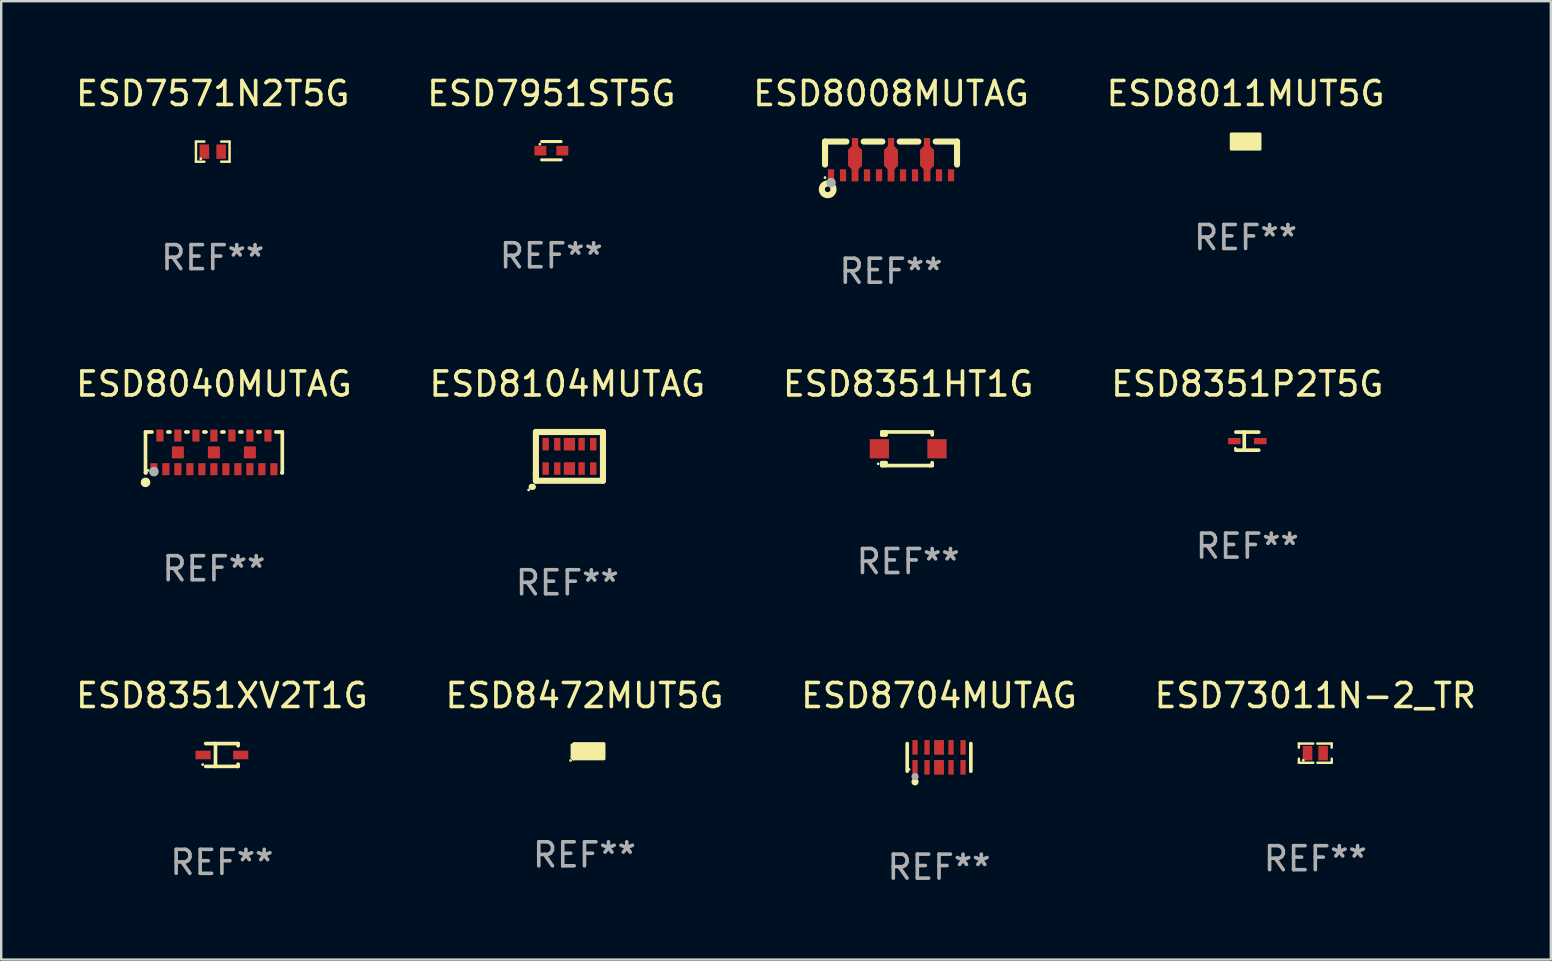
<source format=kicad_pcb>
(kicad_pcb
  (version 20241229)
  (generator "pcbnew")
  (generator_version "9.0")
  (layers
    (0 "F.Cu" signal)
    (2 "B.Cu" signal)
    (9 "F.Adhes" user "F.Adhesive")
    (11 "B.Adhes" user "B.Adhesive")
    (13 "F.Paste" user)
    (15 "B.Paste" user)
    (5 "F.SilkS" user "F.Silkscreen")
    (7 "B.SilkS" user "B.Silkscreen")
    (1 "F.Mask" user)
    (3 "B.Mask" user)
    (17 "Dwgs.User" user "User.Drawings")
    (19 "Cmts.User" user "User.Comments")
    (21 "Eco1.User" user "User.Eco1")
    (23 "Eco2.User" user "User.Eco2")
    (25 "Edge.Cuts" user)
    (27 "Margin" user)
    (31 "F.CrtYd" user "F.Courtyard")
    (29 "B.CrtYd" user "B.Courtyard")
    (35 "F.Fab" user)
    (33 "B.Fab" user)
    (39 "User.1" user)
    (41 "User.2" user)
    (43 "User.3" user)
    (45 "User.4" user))
  (footprint "ESD8104MUTAG"
    (layer "F.Cu")
    (at 20.589 16.093)
    (property "Reference" "ESD8104MUTAG" (at 0 -3.143 0) (layer "F.SilkS") (effects (font (size 1 1) (thickness 0.15))))
    (attr through_hole)
    (fp_line (start -1.436 1.143) (end -1.485 1.143) (stroke (width 0.254) (type solid)) (layer "F.SilkS"))
    (fp_line (start -1.309 -1.143) (end 1.485 -1.143) (stroke (width 0.254) (type solid)) (layer "F.SilkS"))
    (fp_line (start -1.309 0.762) (end -1.309 -1.143) (stroke (width 0.254) (type solid)) (layer "F.SilkS"))
    (fp_line (start -1.309 0.889) (end -1.309 0.508) (stroke (width 0.254) (type solid)) (layer "F.SilkS"))
    (fp_line (start 1.485 -1.143) (end 1.485 0.889) (stroke (width 0.254) (type solid)) (layer "F.SilkS"))
    (fp_line (start 1.485 0.889) (end -1.309 0.889) (stroke (width 0.254) (type solid)) (layer "F.SilkS"))
    (fp_circle (center -1.612 1.27) (end -1.582 1.27) (stroke (width 0.06) (type solid)) (fill no) (layer "F.SilkS"))
    (fp_text user "REF**" (at 0 5.143 0) (layer "F.Fab") (effects (font (size 1 1) (thickness 0.15))))
    (pad "1" smd rect (at -0.902 0.381) (size 0.267 0.521) (layers "F.Cu" "F.Mask" "F.Paste"))
    (pad "2" smd rect (at -0.42 0.381) (size 0.267 0.521) (layers "F.Cu" "F.Mask" "F.Paste"))
    (pad "3" smd rect (at 0.088 0.381) (size 0.47 0.521) (layers "F.Cu" "F.Mask" "F.Paste"))
    (pad "4" smd rect (at 0.596 0.381) (size 0.267 0.521) (layers "F.Cu" "F.Mask" "F.Paste"))
    (pad "5" smd rect (at 1.079 0.381) (size 0.267 0.521) (layers "F.Cu" "F.Mask" "F.Paste"))
    (pad "6" smd rect (at 1.079 -0.635) (size 0.267 0.521) (layers "F.Cu" "F.Mask" "F.Paste"))
    (pad "7" smd rect (at 0.596 -0.635) (size 0.267 0.521) (layers "F.Cu" "F.Mask" "F.Paste"))
    (pad "8" smd rect (at 0.088 -0.635) (size 0.47 0.521) (layers "F.Cu" "F.Mask" "F.Paste"))
    (pad "9" smd rect (at -0.42 -0.635) (size 0.267 0.521) (layers "F.Cu" "F.Mask" "F.Paste"))
    (pad "10" smd rect (at -0.902 -0.635) (size 0.267 0.521) (layers "F.Cu" "F.Mask" "F.Paste")))
  (footprint "ESD8472MUT5G"
    (layer "F.Cu")
    (at 21.304 28.252)
    (property "Reference" "ESD8472MUT5G" (at 0 -2.32 0) (layer "F.SilkS") (effects (font (size 1 1) (thickness 0.15))))
    (attr through_hole)
    (fp_line (start -0.514 -0.249) (end -0.514 0.259) (stroke (width 0.127) (type solid)) (layer "F.SilkS"))
    (fp_line (start -0.514 0.259) (end -0.456 0.32) (stroke (width 0.127) (type solid)) (layer "F.SilkS"))
    (fp_line (start -0.456 0.32) (end -0.415 0.31) (stroke (width 0.127) (type solid)) (layer "F.SilkS"))
    (fp_line (start -0.445 -0.25) (end -0.445 0.24) (stroke (width 0.127) (type solid)) (layer "F.SilkS"))
    (fp_line (start -0.426 -0.32) (end -0.514 -0.249) (stroke (width 0.127) (type solid)) (layer "F.SilkS"))
    (fp_circle (center -0.578 0.384) (end -0.548 0.384) (stroke (width 0.06) (type solid)) (fill no) (layer "F.SilkS"))
    (fp_poly (pts (xy -0.385 -0.318) (xy 0.814 -0.318) (xy 0.814 0.318) (xy -0.385 0.318)) (stroke (width 0.12) (type solid)) (fill yes) (layer "F.SilkS"))
    (fp_text user "REF**" (at 0 4.32 0) (layer "F.Fab") (effects (font (size 1 1) (thickness 0.15))))
    (pad "1" smd rect (at -0.085 0) (size 0.31 0.31) (layers "F.Cu" "F.Mask" "F.Paste"))
    (pad "2" smd rect (at 0.514 0) (size 0.31 0.31) (layers "F.Cu" "F.Mask" "F.Paste")))
  (footprint "ESD7951ST5G"
    (layer "F.Cu")
    (at 19.923 3.229)
    (property "Reference" "ESD7951ST5G" (at 0 -2.381 0) (layer "F.SilkS") (effects (font (size 1 1) (thickness 0.15))))
    (attr through_hole)
    (fp_line (start -0.406 -0.381) (end 0.406 -0.381) (stroke (width 0.127) (type solid)) (layer "F.SilkS"))
    (fp_line (start 0.406 0.381) (end -0.406 0.381) (stroke (width 0.127) (type solid)) (layer "F.SilkS"))
    (fp_circle (center -0.477 -0.27) (end -0.447 -0.27) (stroke (width 0.06) (type solid)) (fill no) (layer "F.SilkS"))
    (fp_text user "REF**" (at 0 4.381 0) (layer "F.Fab") (effects (font (size 1 1) (thickness 0.15))))
    (pad "1" smd rect (at -0.457 0 90) (size 0.4 0.5) (layers "F.Cu" "F.Mask" "F.Paste"))
    (pad "2" smd rect (at 0.457 0 90) (size 0.4 0.5) (layers "F.Cu" "F.Mask" "F.Paste")))
  (footprint "ESD8008MUTAG"
    (layer "F.Cu")
    (at 34.077 3.551)
    (property "Reference" "ESD8008MUTAG" (at 0 -2.702 0) (layer "F.SilkS") (effects (font (size 1 1) (thickness 0.15))))
    (attr through_hole)
    (fp_line (start -2.75 -0.702) (end -2.75 0.255) (stroke (width 0.254) (type solid)) (layer "F.SilkS"))
    (fp_line (start -2.75 -0.702) (end -1.861 -0.702) (stroke (width 0.254) (type solid)) (layer "F.SilkS"))
    (fp_line (start -1.139 -0.702) (end -0.361 -0.702) (stroke (width 0.254) (type solid)) (layer "F.SilkS"))
    (fp_line (start 0.361 -0.702) (end 1.139 -0.702) (stroke (width 0.254) (type solid)) (layer "F.SilkS"))
    (fp_line (start 1.861 -0.702) (end 2.75 -0.702) (stroke (width 0.254) (type solid)) (layer "F.SilkS"))
    (fp_line (start 2.75 -0.702) (end 2.75 0.255) (stroke (width 0.254) (type solid)) (layer "F.SilkS"))
    (fp_circle (center -2.75 0.798) (end -2.72 0.798) (stroke (width 0.06) (type solid)) (fill no) (layer "F.SilkS"))
    (fp_circle (center -2.64 1.288) (end -2.523 1.288) (stroke (width 0.254) (type solid)) (fill no) (layer "F.SilkS"))
    (fp_circle (center -2.5 1.007) (end -2.4 1.007) (stroke (width 0.2) (type solid)) (fill no) (layer "F.Fab"))
    (fp_text user "REF**" (at 0 4.702 0) (layer "F.Fab") (effects (font (size 1 1) (thickness 0.15))))
    (pad "1" smd rect (at -2.5 0.702) (size 0.26 0.5) (layers "F.Cu" "F.Mask" "F.Paste"))
    (pad "2" smd rect (at -2 0.702) (size 0.26 0.5) (layers "F.Cu" "F.Mask" "F.Paste"))
    (pad "3" smd rect (at -1.5 0.702) (size 0.26 0.5) (layers "F.Cu" "F.Mask" "F.Paste"))
    (pad "4" smd rect (at -1 0.702) (size 0.26 0.5) (layers "F.Cu" "F.Mask" "F.Paste"))
    (pad "5" smd rect (at -0.5 0.702) (size 0.26 0.5) (layers "F.Cu" "F.Mask" "F.Paste"))
    (pad "6" smd rect (at 0 0.702) (size 0.26 0.5) (layers "F.Cu" "F.Mask" "F.Paste"))
    (pad "7" smd rect (at 0.5 0.702) (size 0.26 0.5) (layers "F.Cu" "F.Mask" "F.Paste"))
    (pad "8" smd rect (at 1 0.702) (size 0.26 0.5) (layers "F.Cu" "F.Mask" "F.Paste"))
    (pad "9" smd rect (at 1.5 0.702) (size 0.26 0.5) (layers "F.Cu" "F.Mask" "F.Paste"))
    (pad "10" smd rect (at 2 0.702) (size 0.26 0.5) (layers "F.Cu" "F.Mask" "F.Paste"))
    (pad "11" smd rect (at 2.5 0.702) (size 0.26 0.5) (layers "F.Cu" "F.Mask" "F.Paste"))
    (pad "12" smd custom (at 1.5 0.053) (size 0.58 1.8) (layers "F.Cu" "F.Mask" "F.Paste") (options (anchor circle)) (primitives (gr_poly (pts (xy -0.13 -0.9) (xy -0.13 -0.57) (xy -0.29 -0.41) (xy -0.29 0.25) (xy -0.14 0.4) (xy -0.14 0.9) (xy 0.14 0.9) (xy 0.14 0.4) (xy 0.29 0.25) (xy 0.29 -0.41) (xy 0.13 -0.57) (xy 0.13 -0.9) (xy -0.13 -0.9)) (width 0) (fill yes))))
    (pad "13" smd custom (at 0 0.053) (size 0.58 1.8) (layers "F.Cu" "F.Mask" "F.Paste") (options (anchor circle)) (primitives (gr_poly (pts (xy -0.13 -0.9) (xy -0.13 -0.57) (xy -0.29 -0.41) (xy -0.29 0.25) (xy -0.14 0.4) (xy -0.14 0.9) (xy 0.14 0.9) (xy 0.14 0.4) (xy 0.29 0.25) (xy 0.29 -0.41) (xy 0.13 -0.57) (xy 0.13 -0.9) (xy -0.13 -0.9)) (width 0) (fill yes))))
    (pad "14" smd custom (at -1.5 0.053) (size 0.58 1.8) (layers "F.Cu" "F.Mask" "F.Paste") (options (anchor circle)) (primitives (gr_poly (pts (xy -0.13 -0.9) (xy -0.13 -0.57) (xy -0.29 -0.41) (xy -0.29 0.25) (xy -0.14 0.4) (xy -0.14 0.9) (xy 0.14 0.9) (xy 0.14 0.4) (xy 0.29 0.25) (xy 0.29 -0.41) (xy 0.13 -0.57) (xy 0.13 -0.9) (xy -0.13 -0.9)) (width 0) (fill yes)))))
  (footprint "ESD73011N-2_TR"
    (layer "F.Cu")
    (at 51.756 28.332)
    (property "Reference" "ESD73011N-2_TR" (at 0 -2.4 0) (layer "F.SilkS") (effects (font (size 1 1) (thickness 0.15))))
    (attr through_hole)
    (fp_line (start -0.685 -0.4) (end -0.685 -0.23) (stroke (width 0.102) (type solid)) (layer "F.SilkS"))
    (fp_line (start -0.685 0.4) (end -0.685 0.23) (stroke (width 0.102) (type solid)) (layer "F.SilkS"))
    (fp_line (start -0.085 -0.4) (end -0.685 -0.4) (stroke (width 0.102) (type solid)) (layer "F.SilkS"))
    (fp_line (start -0.085 0.4) (end -0.685 0.4) (stroke (width 0.102) (type solid)) (layer "F.SilkS"))
    (fp_line (start 0.082 -0.4) (end 0.682 -0.4) (stroke (width 0.102) (type solid)) (layer "F.SilkS"))
    (fp_line (start 0.085 0.4) (end 0.685 0.4) (stroke (width 0.102) (type solid)) (layer "F.SilkS"))
    (fp_line (start 0.682 -0.4) (end 0.682 -0.23) (stroke (width 0.102) (type solid)) (layer "F.SilkS"))
    (fp_line (start 0.685 0.4) (end 0.685 0.23) (stroke (width 0.102) (type solid)) (layer "F.SilkS"))
    (fp_circle (center -0.5 0.3) (end -0.47 0.3) (stroke (width 0.06) (type solid)) (fill no) (layer "F.SilkS"))
    (fp_text user "REF**" (at 0 4.4 0) (layer "F.Fab") (effects (font (size 1 1) (thickness 0.15))))
    (pad "1" smd rect (at -0.325 0) (size 0.4 0.6) (layers "F.Cu" "F.Mask" "F.Paste"))
    (pad "2" smd rect (at 0.325 0) (size 0.4 0.6) (layers "F.Cu" "F.Mask" "F.Paste")))
  (footprint "ESD8351P2T5G"
    (layer "F.Cu")
    (at 48.923 15.328)
    (property "Reference" "ESD8351P2T5G" (at 0 -2.379 0) (layer "F.SilkS") (effects (font (size 1 1) (thickness 0.15))))
    (attr through_hole)
    (fp_line (start -0.476 -0.374) (end 0.476 -0.374) (stroke (width 0.152) (type solid)) (layer "F.SilkS"))
    (fp_line (start -0.476 0.379) (end 0.476 0.379) (stroke (width 0.152) (type solid)) (layer "F.SilkS"))
    (fp_line (start -0.127 -0.379) (end -0.127 0.374) (stroke (width 0.152) (type solid)) (layer "F.SilkS"))
    (fp_circle (center -0.5 0.302) (end -0.47 0.302) (stroke (width 0.06) (type solid)) (fill no) (layer "F.SilkS"))
    (fp_text user "REF**" (at 0 4.379 0) (layer "F.Fab") (effects (font (size 1 1) (thickness 0.15))))
    (pad "1" smd rect (at -0.54 0.002 180) (size 0.52 0.26) (layers "F.Cu" "F.Mask" "F.Paste"))
    (pad "2" smd rect (at 0.54 0.002 180) (size 0.52 0.26) (layers "F.Cu" "F.Mask" "F.Paste")))
  (footprint "ESD8011MUT5G"
    (layer "F.Cu")
    (at 48.851 2.848)
    (property "Reference" "ESD8011MUT5G" (at 0 -2 0) (layer "F.SilkS") (effects (font (size 1 1) (thickness 0.15))))
    (attr through_hole)
    (fp_circle (center -0.309 0.16) (end -0.279 0.16) (stroke (width 0.06) (type solid)) (fill no) (layer "F.SilkS"))
    (fp_poly (pts (xy -0.599 -0.318) (xy 0.601 -0.318) (xy 0.601 0.318) (xy -0.599 0.318)) (stroke (width 0.12) (type solid)) (fill yes) (layer "F.SilkS"))
    (fp_text user "REF**" (at 0 4 0) (layer "F.Fab") (effects (font (size 1 1) (thickness 0.15))))
    (pad "1" smd rect (at -0.286 0) (size 0.35 0.4) (layers "F.Cu" "F.Mask" "F.Paste"))
    (pad "2" smd rect (at 0.286 0) (size 0.35 0.4) (layers "F.Cu" "F.Mask" "F.Paste")))
  (footprint "ESD8351XV2T1G"
    (layer "F.Cu")
    (at 6.196 28.408)
    (property "Reference" "ESD8351XV2T1G" (at 0 -2.476 0) (layer "F.SilkS") (effects (font (size 1 1) (thickness 0.15))))
    (attr through_hole)
    (fp_line (start -0.676 -0.476) (end 0.676 -0.476) (stroke (width 0.152) (type solid)) (layer "F.SilkS"))
    (fp_line (start -0.676 0.476) (end 0.676 0.476) (stroke (width 0.152) (type solid)) (layer "F.SilkS"))
    (fp_line (start -0.267 -0.476) (end -0.267 0.476) (stroke (width 0.152) (type solid)) (layer "F.SilkS"))
    (fp_line (start 0.676 -0.476) (end 0.676 -0.383) (stroke (width 0.152) (type solid)) (layer "F.SilkS"))
    (fp_line (start 0.676 0.476) (end 0.676 0.383) (stroke (width 0.152) (type solid)) (layer "F.SilkS"))
    (fp_circle (center -0.8 0.4) (end -0.77 0.4) (stroke (width 0.06) (type solid)) (fill no) (layer "F.SilkS"))
    (fp_text user "REF**" (at 0 4.476 0) (layer "F.Fab") (effects (font (size 1 1) (thickness 0.15))))
    (pad "1" smd rect (at -0.785 0) (size 0.63 0.36) (layers "F.Cu" "F.Mask" "F.Paste"))
    (pad "2" smd rect (at 0.785 0) (size 0.63 0.36) (layers "F.Cu" "F.Mask" "F.Paste")))
  (footprint "ESD8704MUTAG"
    (layer "F.Cu")
    (at 36.077 28.508)
    (property "Reference" "ESD8704MUTAG" (at 0 -2.576 0) (layer "F.SilkS") (effects (font (size 1 1) (thickness 0.15))))
    (attr through_hole)
    (fp_line (start -1.326 0.576) (end -1.326 -0.576) (stroke (width 0.152) (type solid)) (layer "F.SilkS"))
    (fp_line (start 1.326 0.576) (end 1.326 -0.576) (stroke (width 0.152) (type solid)) (layer "F.SilkS"))
    (fp_circle (center -1.25 0.5) (end -1.22 0.5) (stroke (width 0.06) (type solid)) (fill no) (layer "F.SilkS"))
    (fp_circle (center -1 1.019) (end -0.925 1.019) (stroke (width 0.15) (type solid)) (fill no) (layer "F.SilkS"))
    (fp_circle (center -1 0.8) (end -0.925 0.8) (stroke (width 0.15) (type solid)) (fill no) (layer "F.Fab"))
    (fp_text user "REF**" (at 0 4.576 0) (layer "F.Fab") (effects (font (size 1 1) (thickness 0.15))))
    (pad "1" smd rect (at -1 0.415) (size 0.22 0.609) (layers "F.Cu" "F.Mask" "F.Paste"))
    (pad "2" smd rect (at -0.5 0.415) (size 0.22 0.609) (layers "F.Cu" "F.Mask" "F.Paste"))
    (pad "3" smd rect (at 0 0.415) (size 0.41 0.609) (layers "F.Cu" "F.Mask" "F.Paste"))
    (pad "4" smd rect (at 0.5 0.415) (size 0.22 0.609) (layers "F.Cu" "F.Mask" "F.Paste"))
    (pad "5" smd rect (at 1 0.415) (size 0.22 0.609) (layers "F.Cu" "F.Mask" "F.Paste"))
    (pad "6" smd rect (at 1 -0.415) (size 0.22 0.609) (layers "F.Cu" "F.Mask" "F.Paste"))
    (pad "7" smd rect (at 0.5 -0.415) (size 0.22 0.609) (layers "F.Cu" "F.Mask" "F.Paste"))
    (pad "8" smd rect (at 0 -0.415) (size 0.41 0.609) (layers "F.Cu" "F.Mask" "F.Paste"))
    (pad "9" smd rect (at -0.5 -0.415) (size 0.22 0.609) (layers "F.Cu" "F.Mask" "F.Paste"))
    (pad "10" smd rect (at -1 -0.415) (size 0.22 0.609) (layers "F.Cu" "F.Mask" "F.Paste")))
  (footprint "ESD8040MUTAG"
    (layer "F.Cu")
    (at 5.863 15.8)
    (property "Reference" "ESD8040MUTAG" (at 0 -2.85 0) (layer "F.SilkS") (effects (font (size 1 1) (thickness 0.15))))
    (attr through_hole)
    (fp_line (start -2.85 -0.85) (end -2.85 0.85) (stroke (width 0.152) (type solid)) (layer "F.SilkS"))
    (fp_line (start -2.85 0.85) (end -2.83 0.85) (stroke (width 0.152) (type solid)) (layer "F.SilkS"))
    (fp_line (start -2.58 -0.85) (end -2.85 -0.85) (stroke (width 0.152) (type solid)) (layer "F.SilkS"))
    (fp_line (start -1.83 -0.85) (end -1.92 -0.85) (stroke (width 0.152) (type solid)) (layer "F.SilkS"))
    (fp_line (start -1.08 -0.85) (end -1.17 -0.85) (stroke (width 0.152) (type solid)) (layer "F.SilkS"))
    (fp_line (start -0.33 -0.85) (end -0.42 -0.85) (stroke (width 0.152) (type solid)) (layer "F.SilkS"))
    (fp_line (start 0.42 -0.85) (end 0.33 -0.85) (stroke (width 0.152) (type solid)) (layer "F.SilkS"))
    (fp_line (start 1.17 -0.85) (end 1.08 -0.85) (stroke (width 0.152) (type solid)) (layer "F.SilkS"))
    (fp_line (start 1.92 -0.85) (end 1.83 -0.85) (stroke (width 0.152) (type solid)) (layer "F.SilkS"))
    (fp_line (start 2.83 0.85) (end 2.85 0.85) (stroke (width 0.152) (type solid)) (layer "F.SilkS"))
    (fp_line (start 2.85 -0.85) (end 2.58 -0.85) (stroke (width 0.152) (type solid)) (layer "F.SilkS"))
    (fp_line (start 2.85 0.85) (end 2.85 -0.85) (stroke (width 0.152) (type solid)) (layer "F.SilkS"))
    (fp_circle (center -2.85 1.25) (end -2.75 1.25) (stroke (width 0.2) (type solid)) (fill no) (layer "F.SilkS"))
    (fp_circle (center -2.75 0.75) (end -2.72 0.75) (stroke (width 0.06) (type solid)) (fill no) (layer "F.SilkS"))
    (fp_circle (center -2.5 0.801) (end -2.399 0.801) (stroke (width 0.2) (type solid)) (fill no) (layer "F.Fab"))
    (fp_text user "REF**" (at 0 4.85 0) (layer "F.Fab") (effects (font (size 1 1) (thickness 0.15))))
    (pad "1" smd rect (at -2.5 0.7) (size 0.3 0.5) (layers "F.Cu" "F.Mask" "F.Paste"))
    (pad "2" smd rect (at -2 0.7) (size 0.3 0.5) (layers "F.Cu" "F.Mask" "F.Paste"))
    (pad "3" smd rect (at -1.5 0.7) (size 0.3 0.5) (layers "F.Cu" "F.Mask" "F.Paste"))
    (pad "4" smd rect (at -1 0.7) (size 0.3 0.5) (layers "F.Cu" "F.Mask" "F.Paste"))
    (pad "5" smd rect (at -0.5 0.7) (size 0.3 0.5) (layers "F.Cu" "F.Mask" "F.Paste"))
    (pad "6" smd rect (at 0.000114 0.7) (size 0.3 0.5) (layers "F.Cu" "F.Mask" "F.Paste"))
    (pad "7" smd rect (at 0.5 0.7) (size 0.3 0.5) (layers "F.Cu" "F.Mask" "F.Paste"))
    (pad "8" smd rect (at 1 0.7) (size 0.3 0.5) (layers "F.Cu" "F.Mask" "F.Paste"))
    (pad "9" smd rect (at 1.5 0.7) (size 0.3 0.5) (layers "F.Cu" "F.Mask" "F.Paste"))
    (pad "10" smd rect (at 2 0.7) (size 0.3 0.5) (layers "F.Cu" "F.Mask" "F.Paste"))
    (pad "11" smd rect (at 2.5 0.7) (size 0.3 0.5) (layers "F.Cu" "F.Mask" "F.Paste"))
    (pad "12" smd rect (at 2.25 -0.7) (size 0.3 0.5) (layers "F.Cu" "F.Mask" "F.Paste"))
    (pad "13" smd rect (at 1.5 -0.7) (size 0.3 0.5) (layers "F.Cu" "F.Mask" "F.Paste"))
    (pad "14" smd rect (at 0.75 -0.7) (size 0.3 0.5) (layers "F.Cu" "F.Mask" "F.Paste"))
    (pad "15" smd rect (at 0.000114 -0.7) (size 0.3 0.5) (layers "F.Cu" "F.Mask" "F.Paste"))
    (pad "16" smd rect (at -0.75 -0.7) (size 0.3 0.5) (layers "F.Cu" "F.Mask" "F.Paste"))
    (pad "17" smd rect (at -1.5 -0.7) (size 0.3 0.5) (layers "F.Cu" "F.Mask" "F.Paste"))
    (pad "18" smd rect (at -2.25 -0.7) (size 0.3 0.5) (layers "F.Cu" "F.Mask" "F.Paste"))
    (pad "19" smd rect (at -1.5 -0.000013) (size 0.5 0.5) (layers "F.Cu" "F.Mask" "F.Paste"))
    (pad "20" smd rect (at 0.000114 -0.000013) (size 0.5 0.5) (layers "F.Cu" "F.Mask" "F.Paste"))
    (pad "21" smd rect (at 1.5 -0.000013) (size 0.5 0.5) (layers "F.Cu" "F.Mask" "F.Paste")))
  (footprint "ESD8351HT1G"
    (layer "F.Cu")
    (at 34.792 15.65)
    (property "Reference" "ESD8351HT1G" (at 0 -2.7 0) (layer "F.SilkS") (effects (font (size 1 1) (thickness 0.15))))
    (attr through_hole)
    (fp_line (start -1.1 -0.7) (end -1.1 -0.58) (stroke (width 0.152) (type solid)) (layer "F.SilkS"))
    (fp_line (start -1.1 0.58) (end -1.1 0.7) (stroke (width 0.152) (type solid)) (layer "F.SilkS"))
    (fp_line (start -1.1 0.58) (end -0.927 0.58) (stroke (width 0.152) (type solid)) (layer "F.SilkS"))
    (fp_line (start -1.1 0.7) (end 0.9 0.7) (stroke (width 0.152) (type solid)) (layer "F.SilkS"))
    (fp_line (start -1.014 -0.58) (end -1.014 -0.7) (stroke (width 0.152) (type solid)) (layer "F.SilkS"))
    (fp_line (start -1.014 0.7) (end -1.014 0.58) (stroke (width 0.152) (type solid)) (layer "F.SilkS"))
    (fp_line (start -0.927 -0.7) (end -0.927 -0.58) (stroke (width 0.152) (type solid)) (layer "F.SilkS"))
    (fp_line (start -0.927 -0.58) (end -1.1 -0.58) (stroke (width 0.152) (type solid)) (layer "F.SilkS"))
    (fp_line (start -0.927 0.58) (end -0.927 0.7) (stroke (width 0.152) (type solid)) (layer "F.SilkS"))
    (fp_line (start 0.9 -0.7) (end -1.1 -0.7) (stroke (width 0.152) (type solid)) (layer "F.SilkS"))
    (fp_line (start 0.9 0.7) (end 1 0.7) (stroke (width 0.152) (type solid)) (layer "F.SilkS"))
    (fp_line (start 1 -0.7) (end 0.9 -0.7) (stroke (width 0.152) (type solid)) (layer "F.SilkS"))
    (fp_line (start 1 -0.58) (end 1 -0.7) (stroke (width 0.152) (type solid)) (layer "F.SilkS"))
    (fp_line (start 1 0.7) (end 1 0.58) (stroke (width 0.152) (type solid)) (layer "F.SilkS"))
    (fp_circle (center -1.25 0.625) (end -1.22 0.625) (stroke (width 0.06) (type solid)) (fill no) (layer "F.SilkS"))
    (fp_text user "REF**" (at 0 4.7 0) (layer "F.Fab") (effects (font (size 1 1) (thickness 0.15))))
    (pad "1" smd rect (at -1.2 0) (size 0.8 0.8) (layers "F.Cu" "F.Mask" "F.Paste"))
    (pad "2" smd rect (at 1.2 0) (size 0.8 0.8) (layers "F.Cu" "F.Mask" "F.Paste")))
  (footprint "ESD7571N2T5G"
    (layer "F.Cu")
    (at 5.815 3.268)
    (property "Reference" "ESD7571N2T5G" (at 0 -2.42 0) (layer "F.SilkS") (effects (font (size 1 1) (thickness 0.15))))
    (attr through_hole)
    (fp_line (start -0.7 -0.42) (end -0.7 0.42) (stroke (width 0.102) (type solid)) (layer "F.SilkS"))
    (fp_line (start -0.7 0.42) (end -0.35 0.42) (stroke (width 0.102) (type solid)) (layer "F.SilkS"))
    (fp_line (start -0.35 -0.42) (end -0.7 -0.42) (stroke (width 0.102) (type solid)) (layer "F.SilkS"))
    (fp_line (start 0.35 0.42) (end 0.7 0.42) (stroke (width 0.102) (type solid)) (layer "F.SilkS"))
    (fp_line (start 0.7 -0.42) (end 0.35 -0.42) (stroke (width 0.102) (type solid)) (layer "F.SilkS"))
    (fp_line (start 0.7 0.42) (end 0.7 -0.42) (stroke (width 0.102) (type solid)) (layer "F.SilkS"))
    (fp_circle (center -0.5 0.3) (end -0.47 0.3) (stroke (width 0.06) (type solid)) (fill no) (layer "F.SilkS"))
    (fp_text user "REF**" (at 0 4.42 0) (layer "F.Fab") (effects (font (size 1 1) (thickness 0.15))))
    (pad "1" smd rect (at -0.35 0) (size 0.4 0.6) (layers "F.Cu" "F.Mask" "F.Paste"))
    (pad "2" smd rect (at 0.35 0) (size 0.4 0.6) (layers "F.Cu" "F.Mask" "F.Paste")))
  (gr_rect
    (start -3 -3)
    (end 61.571 36.933)
    (stroke (width 0.1) (type default))
    (fill no)
    (layer "Edge.Cuts")))
</source>
